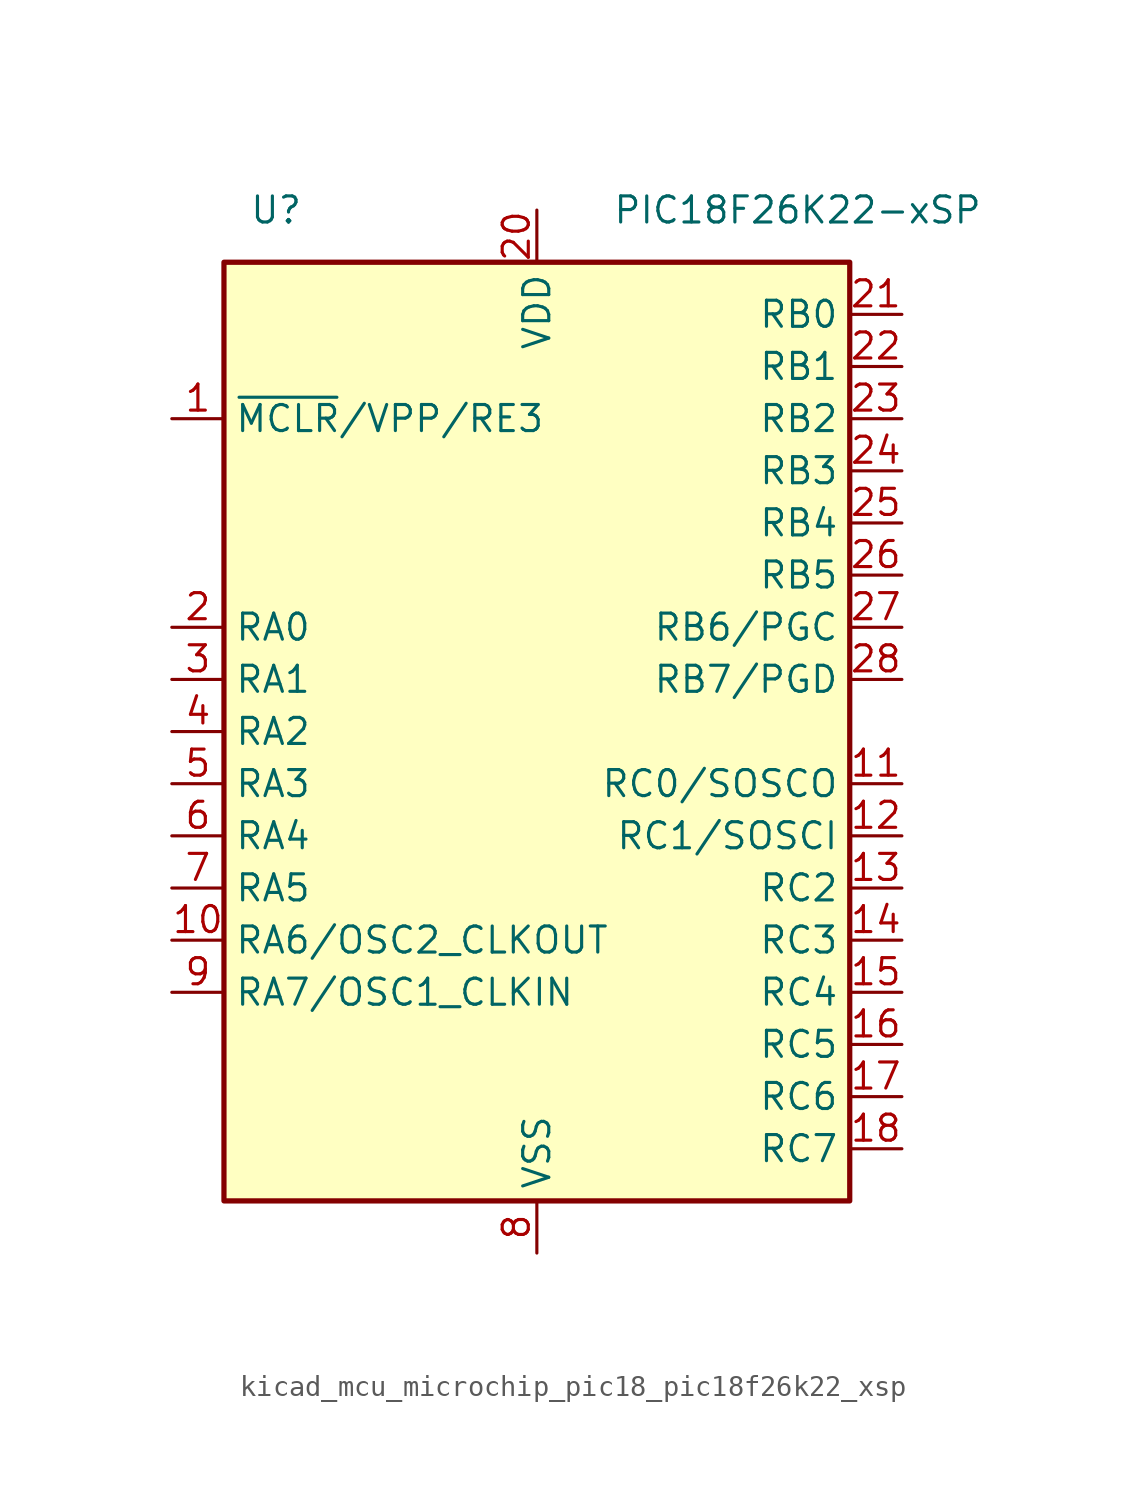
<source format=kicad_sym>
(kicad_symbol_lib
  (version 20220914)
  (generator kicad_symbol_editor)
  (symbol "kicad_mcu_microchip_pic18_pic18f26k22_xsp"
    (property "Reference" "U"
      (at -12.7 25.4 0)
      (effects (font (size 1.27 1.27))))
    (property "Value" "PIC18F26K22-xSP"
      (at 12.7 25.4 0)
      (effects (font (size 1.27 1.27))))
    (symbol "kicad_mcu_microchip_pic18_pic18f26k22_xsp_1_1"
      (rectangle (start -15.24 22.86) (end 15.24 -22.86) (stroke (width 0.254) (type default)) (fill (type background)))
      (pin input line (at -17.78 15.24 0) (length 2.54) (name "~{MCLR}/VPP/RE3" (effects (font (size 1.27 1.27)))) (number "1" (effects (font (size 1.27 1.27)))))
      (pin bidirectional line (at -17.78 -10.16 0) (length 2.54) (name "RA6/OSC2_CLKOUT" (effects (font (size 1.27 1.27)))) (number "10" (effects (font (size 1.27 1.27)))))
      (pin bidirectional line (at 17.78 -2.54 180) (length 2.54) (name "RC0/SOSCO" (effects (font (size 1.27 1.27)))) (number "11" (effects (font (size 1.27 1.27)))))
      (pin bidirectional line (at 17.78 -5.08 180) (length 2.54) (name "RC1/SOSCI" (effects (font (size 1.27 1.27)))) (number "12" (effects (font (size 1.27 1.27)))))
      (pin bidirectional line (at 17.78 -7.62 180) (length 2.54) (name "RC2" (effects (font (size 1.27 1.27)))) (number "13" (effects (font (size 1.27 1.27)))))
      (pin bidirectional line (at 17.78 -10.16 180) (length 2.54) (name "RC3" (effects (font (size 1.27 1.27)))) (number "14" (effects (font (size 1.27 1.27)))))
      (pin bidirectional line (at 17.78 -12.7 180) (length 2.54) (name "RC4" (effects (font (size 1.27 1.27)))) (number "15" (effects (font (size 1.27 1.27)))))
      (pin bidirectional line (at 17.78 -15.24 180) (length 2.54) (name "RC5" (effects (font (size 1.27 1.27)))) (number "16" (effects (font (size 1.27 1.27)))))
      (pin bidirectional line (at 17.78 -17.78 180) (length 2.54) (name "RC6" (effects (font (size 1.27 1.27)))) (number "17" (effects (font (size 1.27 1.27)))))
      (pin bidirectional line (at 17.78 -20.32 180) (length 2.54) (name "RC7" (effects (font (size 1.27 1.27)))) (number "18" (effects (font (size 1.27 1.27)))))
      (pin passive line (at 0 -25.4 90) (length 2.54) hide (name "VSS" (effects (font (size 1.27 1.27)))) (number "19" (effects (font (size 1.27 1.27)))))
      (pin bidirectional line (at -17.78 5.08 0) (length 2.54) (name "RA0" (effects (font (size 1.27 1.27)))) (number "2" (effects (font (size 1.27 1.27)))))
      (pin power_in line (at 0 25.4 270) (length 2.54) (name "VDD" (effects (font (size 1.27 1.27)))) (number "20" (effects (font (size 1.27 1.27)))))
      (pin bidirectional line (at 17.78 20.32 180) (length 2.54) (name "RB0" (effects (font (size 1.27 1.27)))) (number "21" (effects (font (size 1.27 1.27)))))
      (pin bidirectional line (at 17.78 17.78 180) (length 2.54) (name "RB1" (effects (font (size 1.27 1.27)))) (number "22" (effects (font (size 1.27 1.27)))))
      (pin bidirectional line (at 17.78 15.24 180) (length 2.54) (name "RB2" (effects (font (size 1.27 1.27)))) (number "23" (effects (font (size 1.27 1.27)))))
      (pin bidirectional line (at 17.78 12.7 180) (length 2.54) (name "RB3" (effects (font (size 1.27 1.27)))) (number "24" (effects (font (size 1.27 1.27)))))
      (pin bidirectional line (at 17.78 10.16 180) (length 2.54) (name "RB4" (effects (font (size 1.27 1.27)))) (number "25" (effects (font (size 1.27 1.27)))))
      (pin bidirectional line (at 17.78 7.62 180) (length 2.54) (name "RB5" (effects (font (size 1.27 1.27)))) (number "26" (effects (font (size 1.27 1.27)))))
      (pin bidirectional line (at 17.78 5.08 180) (length 2.54) (name "RB6/PGC" (effects (font (size 1.27 1.27)))) (number "27" (effects (font (size 1.27 1.27)))))
      (pin bidirectional line (at 17.78 2.54 180) (length 2.54) (name "RB7/PGD" (effects (font (size 1.27 1.27)))) (number "28" (effects (font (size 1.27 1.27)))))
      (pin bidirectional line (at -17.78 2.54 0) (length 2.54) (name "RA1" (effects (font (size 1.27 1.27)))) (number "3" (effects (font (size 1.27 1.27)))))
      (pin bidirectional line (at -17.78 0 0) (length 2.54) (name "RA2" (effects (font (size 1.27 1.27)))) (number "4" (effects (font (size 1.27 1.27)))))
      (pin bidirectional line (at -17.78 -2.54 0) (length 2.54) (name "RA3" (effects (font (size 1.27 1.27)))) (number "5" (effects (font (size 1.27 1.27)))))
      (pin bidirectional line (at -17.78 -5.08 0) (length 2.54) (name "RA4" (effects (font (size 1.27 1.27)))) (number "6" (effects (font (size 1.27 1.27)))))
      (pin bidirectional line (at -17.78 -7.62 0) (length 2.54) (name "RA5" (effects (font (size 1.27 1.27)))) (number "7" (effects (font (size 1.27 1.27)))))
      (pin power_in line (at 0 -25.4 90) (length 2.54) (name "VSS" (effects (font (size 1.27 1.27)))) (number "8" (effects (font (size 1.27 1.27)))))
      (pin bidirectional line (at -17.78 -12.7 0) (length 2.54) (name "RA7/OSC1_CLKIN" (effects (font (size 1.27 1.27)))) (number "9" (effects (font (size 1.27 1.27))))))))
</source>
